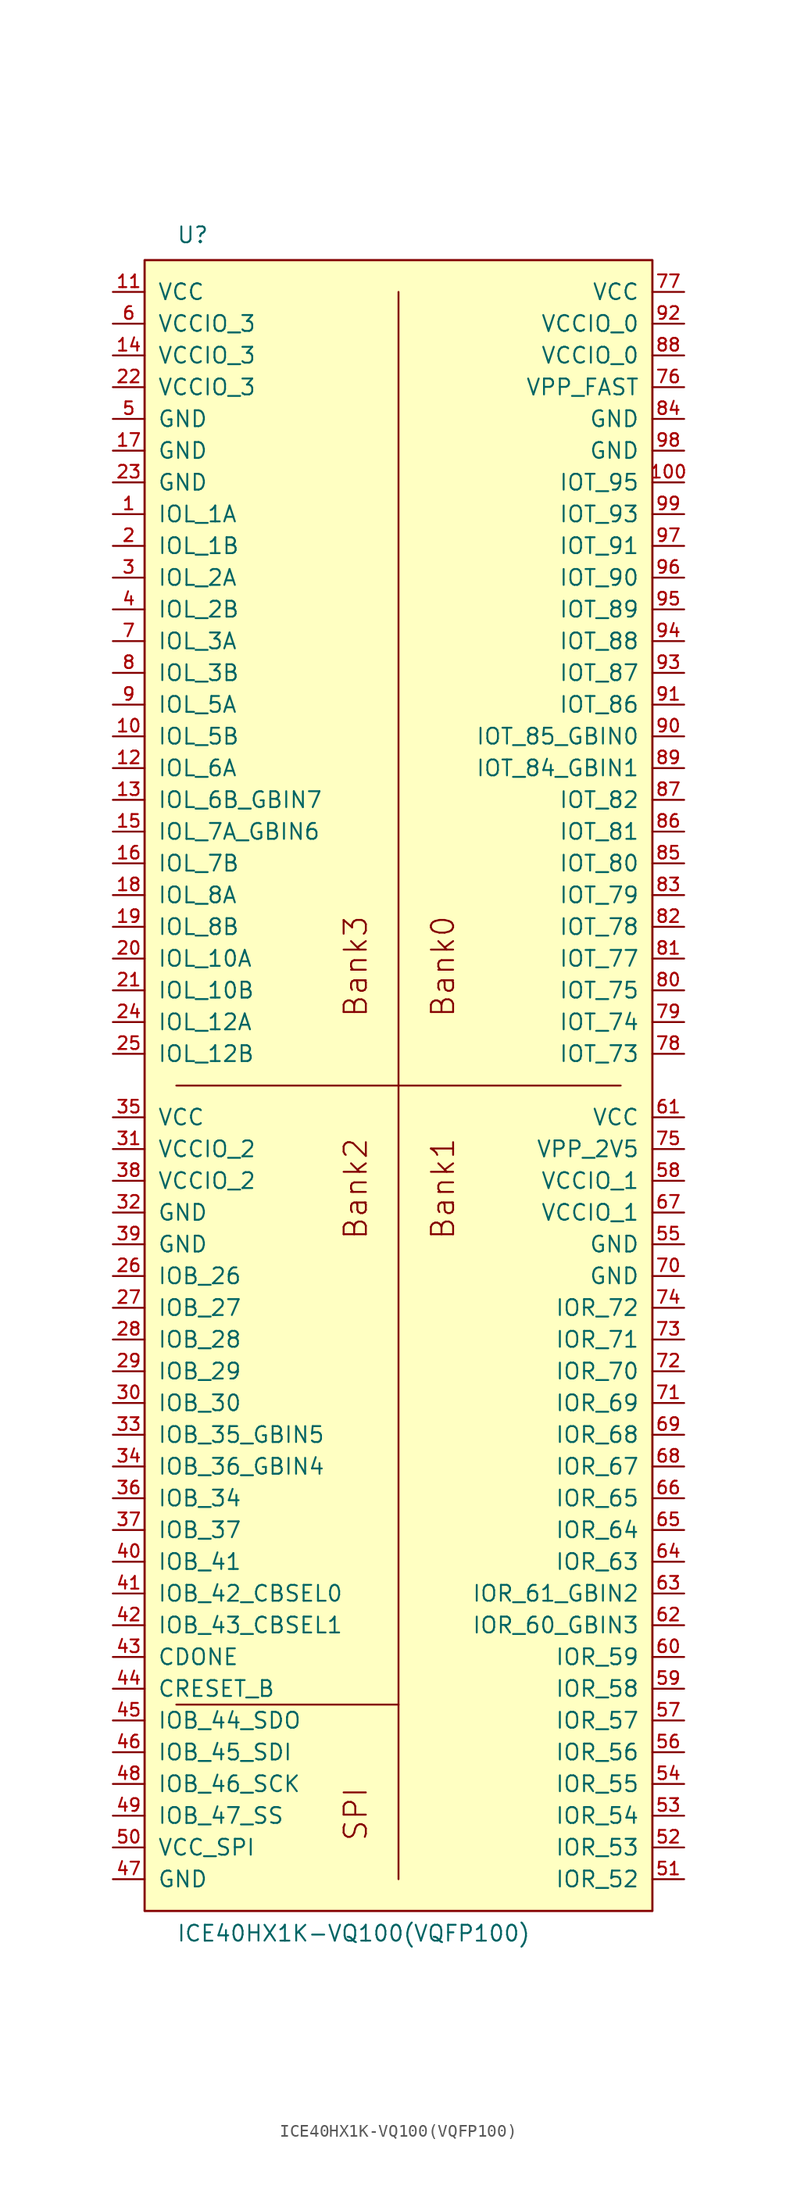
<source format=kicad_sym>
(kicad_symbol_lib
  (version 20211014)
  (generator kicad_symbol_editor)
  (symbol "ICE40HX1K-VQ100(VQFP100)"
    (pin_names
      (offset 1.016))
    (property "Reference" "U"
      (at -17.78 67.31 0)
      (effects (font (size 1.27 1.27)) (justify left bottom)))
    (property "Value" "ICE40HX1K-VQ100(VQFP100)"
      (at -17.78 -68.58 0)
      (effects (font (size 1.27 1.27)) (justify left bottom)))
    (property "Datasheet" ""
      (at 0 0 0)
      (effects (font (size 1.524 1.524))))
    (symbol "ICE40HX1K-VQ100(VQFP100)_1_0"
      (rectangle (start -20.32 66.04) (end 20.32 -66.04) (stroke (width 0) (type default) (color 0 0 0 0)) (fill (type background)))
      (polyline (pts (xy -20.32 -66.04) (xy 20.32 -66.04)) (stroke (width 0) (type default) (color 0 0 0 0)) (fill (type none)))
      (polyline (pts (xy -20.32 66.04) (xy -20.32 -66.04)) (stroke (width 0) (type default) (color 0 0 0 0)) (fill (type none)))
      (polyline (pts (xy -17.78 0) (xy 17.78 0)) (stroke (width 0) (type default) (color 0 0 0 0)) (fill (type none)))
      (polyline (pts (xy 0 -49.53) (xy -17.78 -49.53)) (stroke (width 0) (type default) (color 0 0 0 0)) (fill (type none)))
      (polyline (pts (xy 0 -49.53) (xy 0 -63.5)) (stroke (width 0) (type default) (color 0 0 0 0)) (fill (type none)))
      (polyline (pts (xy 0 63.5) (xy 0 -49.53)) (stroke (width 0) (type default) (color 0 0 0 0)) (fill (type none)))
      (polyline (pts (xy 20.32 -66.04) (xy 20.32 66.04)) (stroke (width 0) (type default) (color 0 0 0 0)) (fill (type none)))
      (polyline (pts (xy 20.32 66.04) (xy -20.32 66.04)) (stroke (width 0) (type default) (color 0 0 0 0)) (fill (type background)))
      (text "Bank0" (at 3.556 9.525 900) (effects (font (size 1.778 1.778))))
      (text "Bank1" (at 3.556 -8.255 900) (effects (font (size 1.778 1.778))))
      (text "Bank2" (at -3.429 -8.255 900) (effects (font (size 1.778 1.778))))
      (text "Bank3" (at -3.429 9.525 900) (effects (font (size 1.778 1.778))))
      (text "SPI" (at -3.429 -58.293 900) (effects (font (size 1.778 1.778)))))
    (symbol "ICE40HX1K-VQ100(VQFP100)_1_1"
      (pin bidirectional line (at -22.86 45.72 0) (length 2.54) (name "IOL_1A" (effects (font (size 1.27 1.27)))) (number "1" (effects (font (size 1.016 1.016)))))
      (pin bidirectional line (at -22.86 27.94 0) (length 2.54) (name "IOL_5B" (effects (font (size 1.27 1.27)))) (number "10" (effects (font (size 1.016 1.016)))))
      (pin bidirectional line (at 22.86 48.26 180) (length 2.54) (name "IOT_95" (effects (font (size 1.27 1.27)))) (number "100" (effects (font (size 1.016 1.016)))))
      (pin power_in line (at -22.86 63.5 0) (length 2.54) (name "VCC" (effects (font (size 1.27 1.27)))) (number "11" (effects (font (size 1.016 1.016)))))
      (pin bidirectional line (at -22.86 25.4 0) (length 2.54) (name "IOL_6A" (effects (font (size 1.27 1.27)))) (number "12" (effects (font (size 1.016 1.016)))))
      (pin bidirectional line (at -22.86 22.86 0) (length 2.54) (name "IOL_6B_GBIN7" (effects (font (size 1.27 1.27)))) (number "13" (effects (font (size 1.016 1.016)))))
      (pin power_in line (at -22.86 58.42 0) (length 2.54) (name "VCCIO_3" (effects (font (size 1.27 1.27)))) (number "14" (effects (font (size 1.016 1.016)))))
      (pin bidirectional line (at -22.86 20.32 0) (length 2.54) (name "IOL_7A_GBIN6" (effects (font (size 1.27 1.27)))) (number "15" (effects (font (size 1.016 1.016)))))
      (pin bidirectional line (at -22.86 17.78 0) (length 2.54) (name "IOL_7B" (effects (font (size 1.27 1.27)))) (number "16" (effects (font (size 1.016 1.016)))))
      (pin power_in line (at -22.86 50.8 0) (length 2.54) (name "GND" (effects (font (size 1.27 1.27)))) (number "17" (effects (font (size 1.016 1.016)))))
      (pin bidirectional line (at -22.86 15.24 0) (length 2.54) (name "IOL_8A" (effects (font (size 1.27 1.27)))) (number "18" (effects (font (size 1.016 1.016)))))
      (pin bidirectional line (at -22.86 12.7 0) (length 2.54) (name "IOL_8B" (effects (font (size 1.27 1.27)))) (number "19" (effects (font (size 1.016 1.016)))))
      (pin bidirectional line (at -22.86 43.18 0) (length 2.54) (name "IOL_1B" (effects (font (size 1.27 1.27)))) (number "2" (effects (font (size 1.016 1.016)))))
      (pin bidirectional line (at -22.86 10.16 0) (length 2.54) (name "IOL_10A" (effects (font (size 1.27 1.27)))) (number "20" (effects (font (size 1.016 1.016)))))
      (pin bidirectional line (at -22.86 7.62 0) (length 2.54) (name "IOL_10B" (effects (font (size 1.27 1.27)))) (number "21" (effects (font (size 1.016 1.016)))))
      (pin power_in line (at -22.86 55.88 0) (length 2.54) (name "VCCIO_3" (effects (font (size 1.27 1.27)))) (number "22" (effects (font (size 1.016 1.016)))))
      (pin power_in line (at -22.86 48.26 0) (length 2.54) (name "GND" (effects (font (size 1.27 1.27)))) (number "23" (effects (font (size 1.016 1.016)))))
      (pin bidirectional line (at -22.86 5.08 0) (length 2.54) (name "IOL_12A" (effects (font (size 1.27 1.27)))) (number "24" (effects (font (size 1.016 1.016)))))
      (pin bidirectional line (at -22.86 2.54 0) (length 2.54) (name "IOL_12B" (effects (font (size 1.27 1.27)))) (number "25" (effects (font (size 1.016 1.016)))))
      (pin bidirectional line (at -22.86 -15.24 0) (length 2.54) (name "IOB_26" (effects (font (size 1.27 1.27)))) (number "26" (effects (font (size 1.016 1.016)))))
      (pin bidirectional line (at -22.86 -17.78 0) (length 2.54) (name "IOB_27" (effects (font (size 1.27 1.27)))) (number "27" (effects (font (size 1.016 1.016)))))
      (pin bidirectional line (at -22.86 -20.32 0) (length 2.54) (name "IOB_28" (effects (font (size 1.27 1.27)))) (number "28" (effects (font (size 1.016 1.016)))))
      (pin bidirectional line (at -22.86 -22.86 0) (length 2.54) (name "IOB_29" (effects (font (size 1.27 1.27)))) (number "29" (effects (font (size 1.016 1.016)))))
      (pin bidirectional line (at -22.86 40.64 0) (length 2.54) (name "IOL_2A" (effects (font (size 1.27 1.27)))) (number "3" (effects (font (size 1.016 1.016)))))
      (pin bidirectional line (at -22.86 -25.4 0) (length 2.54) (name "IOB_30" (effects (font (size 1.27 1.27)))) (number "30" (effects (font (size 1.016 1.016)))))
      (pin power_in line (at -22.86 -5.08 0) (length 2.54) (name "VCCIO_2" (effects (font (size 1.27 1.27)))) (number "31" (effects (font (size 1.016 1.016)))))
      (pin power_in line (at -22.86 -10.16 0) (length 2.54) (name "GND" (effects (font (size 1.27 1.27)))) (number "32" (effects (font (size 1.016 1.016)))))
      (pin bidirectional line (at -22.86 -27.94 0) (length 2.54) (name "IOB_35_GBIN5" (effects (font (size 1.27 1.27)))) (number "33" (effects (font (size 1.016 1.016)))))
      (pin bidirectional line (at -22.86 -30.48 0) (length 2.54) (name "IOB_36_GBIN4" (effects (font (size 1.27 1.27)))) (number "34" (effects (font (size 1.016 1.016)))))
      (pin power_in line (at -22.86 -2.54 0) (length 2.54) (name "VCC" (effects (font (size 1.27 1.27)))) (number "35" (effects (font (size 1.016 1.016)))))
      (pin bidirectional line (at -22.86 -33.02 0) (length 2.54) (name "IOB_34" (effects (font (size 1.27 1.27)))) (number "36" (effects (font (size 1.016 1.016)))))
      (pin bidirectional line (at -22.86 -35.56 0) (length 2.54) (name "IOB_37" (effects (font (size 1.27 1.27)))) (number "37" (effects (font (size 1.016 1.016)))))
      (pin power_in line (at -22.86 -7.62 0) (length 2.54) (name "VCCIO_2" (effects (font (size 1.27 1.27)))) (number "38" (effects (font (size 1.016 1.016)))))
      (pin power_in line (at -22.86 -12.7 0) (length 2.54) (name "GND" (effects (font (size 1.27 1.27)))) (number "39" (effects (font (size 1.016 1.016)))))
      (pin bidirectional line (at -22.86 38.1 0) (length 2.54) (name "IOL_2B" (effects (font (size 1.27 1.27)))) (number "4" (effects (font (size 1.016 1.016)))))
      (pin bidirectional line (at -22.86 -38.1 0) (length 2.54) (name "IOB_41" (effects (font (size 1.27 1.27)))) (number "40" (effects (font (size 1.016 1.016)))))
      (pin bidirectional line (at -22.86 -40.64 0) (length 2.54) (name "IOB_42_CBSEL0" (effects (font (size 1.27 1.27)))) (number "41" (effects (font (size 1.016 1.016)))))
      (pin bidirectional line (at -22.86 -43.18 0) (length 2.54) (name "IOB_43_CBSEL1" (effects (font (size 1.27 1.27)))) (number "42" (effects (font (size 1.016 1.016)))))
      (pin bidirectional line (at -22.86 -45.72 0) (length 2.54) (name "CDONE" (effects (font (size 1.27 1.27)))) (number "43" (effects (font (size 1.016 1.016)))))
      (pin bidirectional line (at -22.86 -48.26 0) (length 2.54) (name "CRESET_B" (effects (font (size 1.27 1.27)))) (number "44" (effects (font (size 1.016 1.016)))))
      (pin bidirectional line (at -22.86 -50.8 0) (length 2.54) (name "IOB_44_SDO" (effects (font (size 1.27 1.27)))) (number "45" (effects (font (size 1.016 1.016)))))
      (pin bidirectional line (at -22.86 -53.34 0) (length 2.54) (name "IOB_45_SDI" (effects (font (size 1.27 1.27)))) (number "46" (effects (font (size 1.016 1.016)))))
      (pin power_in line (at -22.86 -63.5 0) (length 2.54) (name "GND" (effects (font (size 1.27 1.27)))) (number "47" (effects (font (size 1.016 1.016)))))
      (pin bidirectional line (at -22.86 -55.88 0) (length 2.54) (name "IOB_46_SCK" (effects (font (size 1.27 1.27)))) (number "48" (effects (font (size 1.016 1.016)))))
      (pin bidirectional line (at -22.86 -58.42 0) (length 2.54) (name "IOB_47_SS" (effects (font (size 1.27 1.27)))) (number "49" (effects (font (size 1.016 1.016)))))
      (pin power_in line (at -22.86 53.34 0) (length 2.54) (name "GND" (effects (font (size 1.27 1.27)))) (number "5" (effects (font (size 1.016 1.016)))))
      (pin power_in line (at -22.86 -60.96 0) (length 2.54) (name "VCC_SPI" (effects (font (size 1.27 1.27)))) (number "50" (effects (font (size 1.016 1.016)))))
      (pin bidirectional line (at 22.86 -63.5 180) (length 2.54) (name "IOR_52" (effects (font (size 1.27 1.27)))) (number "51" (effects (font (size 1.016 1.016)))))
      (pin bidirectional line (at 22.86 -60.96 180) (length 2.54) (name "IOR_53" (effects (font (size 1.27 1.27)))) (number "52" (effects (font (size 1.016 1.016)))))
      (pin bidirectional line (at 22.86 -58.42 180) (length 2.54) (name "IOR_54" (effects (font (size 1.27 1.27)))) (number "53" (effects (font (size 1.016 1.016)))))
      (pin bidirectional line (at 22.86 -55.88 180) (length 2.54) (name "IOR_55" (effects (font (size 1.27 1.27)))) (number "54" (effects (font (size 1.016 1.016)))))
      (pin power_in line (at 22.86 -12.7 180) (length 2.54) (name "GND" (effects (font (size 1.27 1.27)))) (number "55" (effects (font (size 1.016 1.016)))))
      (pin bidirectional line (at 22.86 -53.34 180) (length 2.54) (name "IOR_56" (effects (font (size 1.27 1.27)))) (number "56" (effects (font (size 1.016 1.016)))))
      (pin bidirectional line (at 22.86 -50.8 180) (length 2.54) (name "IOR_57" (effects (font (size 1.27 1.27)))) (number "57" (effects (font (size 1.016 1.016)))))
      (pin power_in line (at 22.86 -7.62 180) (length 2.54) (name "VCCIO_1" (effects (font (size 1.27 1.27)))) (number "58" (effects (font (size 1.016 1.016)))))
      (pin bidirectional line (at 22.86 -48.26 180) (length 2.54) (name "IOR_58" (effects (font (size 1.27 1.27)))) (number "59" (effects (font (size 1.016 1.016)))))
      (pin power_in line (at -22.86 60.96 0) (length 2.54) (name "VCCIO_3" (effects (font (size 1.27 1.27)))) (number "6" (effects (font (size 1.016 1.016)))))
      (pin bidirectional line (at 22.86 -45.72 180) (length 2.54) (name "IOR_59" (effects (font (size 1.27 1.27)))) (number "60" (effects (font (size 1.016 1.016)))))
      (pin power_in line (at 22.86 -2.54 180) (length 2.54) (name "VCC" (effects (font (size 1.27 1.27)))) (number "61" (effects (font (size 1.016 1.016)))))
      (pin bidirectional line (at 22.86 -43.18 180) (length 2.54) (name "IOR_60_GBIN3" (effects (font (size 1.27 1.27)))) (number "62" (effects (font (size 1.016 1.016)))))
      (pin bidirectional line (at 22.86 -40.64 180) (length 2.54) (name "IOR_61_GBIN2" (effects (font (size 1.27 1.27)))) (number "63" (effects (font (size 1.016 1.016)))))
      (pin bidirectional line (at 22.86 -38.1 180) (length 2.54) (name "IOR_63" (effects (font (size 1.27 1.27)))) (number "64" (effects (font (size 1.016 1.016)))))
      (pin bidirectional line (at 22.86 -35.56 180) (length 2.54) (name "IOR_64" (effects (font (size 1.27 1.27)))) (number "65" (effects (font (size 1.016 1.016)))))
      (pin bidirectional line (at 22.86 -33.02 180) (length 2.54) (name "IOR_65" (effects (font (size 1.27 1.27)))) (number "66" (effects (font (size 1.016 1.016)))))
      (pin power_in line (at 22.86 -10.16 180) (length 2.54) (name "VCCIO_1" (effects (font (size 1.27 1.27)))) (number "67" (effects (font (size 1.016 1.016)))))
      (pin bidirectional line (at 22.86 -30.48 180) (length 2.54) (name "IOR_67" (effects (font (size 1.27 1.27)))) (number "68" (effects (font (size 1.016 1.016)))))
      (pin bidirectional line (at 22.86 -27.94 180) (length 2.54) (name "IOR_68" (effects (font (size 1.27 1.27)))) (number "69" (effects (font (size 1.016 1.016)))))
      (pin bidirectional line (at -22.86 35.56 0) (length 2.54) (name "IOL_3A" (effects (font (size 1.27 1.27)))) (number "7" (effects (font (size 1.016 1.016)))))
      (pin power_in line (at 22.86 -15.24 180) (length 2.54) (name "GND" (effects (font (size 1.27 1.27)))) (number "70" (effects (font (size 1.016 1.016)))))
      (pin bidirectional line (at 22.86 -25.4 180) (length 2.54) (name "IOR_69" (effects (font (size 1.27 1.27)))) (number "71" (effects (font (size 1.016 1.016)))))
      (pin bidirectional line (at 22.86 -22.86 180) (length 2.54) (name "IOR_70" (effects (font (size 1.27 1.27)))) (number "72" (effects (font (size 1.016 1.016)))))
      (pin bidirectional line (at 22.86 -20.32 180) (length 2.54) (name "IOR_71" (effects (font (size 1.27 1.27)))) (number "73" (effects (font (size 1.016 1.016)))))
      (pin bidirectional line (at 22.86 -17.78 180) (length 2.54) (name "IOR_72" (effects (font (size 1.27 1.27)))) (number "74" (effects (font (size 1.016 1.016)))))
      (pin power_in line (at 22.86 -5.08 180) (length 2.54) (name "VPP_2V5" (effects (font (size 1.27 1.27)))) (number "75" (effects (font (size 1.016 1.016)))))
      (pin power_in line (at 22.86 55.88 180) (length 2.54) (name "VPP_FAST" (effects (font (size 1.27 1.27)))) (number "76" (effects (font (size 1.016 1.016)))))
      (pin power_in line (at 22.86 63.5 180) (length 2.54) (name "VCC" (effects (font (size 1.27 1.27)))) (number "77" (effects (font (size 1.016 1.016)))))
      (pin bidirectional line (at 22.86 2.54 180) (length 2.54) (name "IOT_73" (effects (font (size 1.27 1.27)))) (number "78" (effects (font (size 1.016 1.016)))))
      (pin bidirectional line (at 22.86 5.08 180) (length 2.54) (name "IOT_74" (effects (font (size 1.27 1.27)))) (number "79" (effects (font (size 1.016 1.016)))))
      (pin bidirectional line (at -22.86 33.02 0) (length 2.54) (name "IOL_3B" (effects (font (size 1.27 1.27)))) (number "8" (effects (font (size 1.016 1.016)))))
      (pin bidirectional line (at 22.86 7.62 180) (length 2.54) (name "IOT_75" (effects (font (size 1.27 1.27)))) (number "80" (effects (font (size 1.016 1.016)))))
      (pin bidirectional line (at 22.86 10.16 180) (length 2.54) (name "IOT_77" (effects (font (size 1.27 1.27)))) (number "81" (effects (font (size 1.016 1.016)))))
      (pin bidirectional line (at 22.86 12.7 180) (length 2.54) (name "IOT_78" (effects (font (size 1.27 1.27)))) (number "82" (effects (font (size 1.016 1.016)))))
      (pin bidirectional line (at 22.86 15.24 180) (length 2.54) (name "IOT_79" (effects (font (size 1.27 1.27)))) (number "83" (effects (font (size 1.016 1.016)))))
      (pin power_in line (at 22.86 53.34 180) (length 2.54) (name "GND" (effects (font (size 1.27 1.27)))) (number "84" (effects (font (size 1.016 1.016)))))
      (pin bidirectional line (at 22.86 17.78 180) (length 2.54) (name "IOT_80" (effects (font (size 1.27 1.27)))) (number "85" (effects (font (size 1.016 1.016)))))
      (pin bidirectional line (at 22.86 20.32 180) (length 2.54) (name "IOT_81" (effects (font (size 1.27 1.27)))) (number "86" (effects (font (size 1.016 1.016)))))
      (pin bidirectional line (at 22.86 22.86 180) (length 2.54) (name "IOT_82" (effects (font (size 1.27 1.27)))) (number "87" (effects (font (size 1.016 1.016)))))
      (pin power_in line (at 22.86 58.42 180) (length 2.54) (name "VCCIO_0" (effects (font (size 1.27 1.27)))) (number "88" (effects (font (size 1.016 1.016)))))
      (pin bidirectional line (at 22.86 25.4 180) (length 2.54) (name "IOT_84_GBIN1" (effects (font (size 1.27 1.27)))) (number "89" (effects (font (size 1.016 1.016)))))
      (pin bidirectional line (at -22.86 30.48 0) (length 2.54) (name "IOL_5A" (effects (font (size 1.27 1.27)))) (number "9" (effects (font (size 1.016 1.016)))))
      (pin bidirectional line (at 22.86 27.94 180) (length 2.54) (name "IOT_85_GBIN0" (effects (font (size 1.27 1.27)))) (number "90" (effects (font (size 1.016 1.016)))))
      (pin bidirectional line (at 22.86 30.48 180) (length 2.54) (name "IOT_86" (effects (font (size 1.27 1.27)))) (number "91" (effects (font (size 1.016 1.016)))))
      (pin power_in line (at 22.86 60.96 180) (length 2.54) (name "VCCIO_0" (effects (font (size 1.27 1.27)))) (number "92" (effects (font (size 1.016 1.016)))))
      (pin bidirectional line (at 22.86 33.02 180) (length 2.54) (name "IOT_87" (effects (font (size 1.27 1.27)))) (number "93" (effects (font (size 1.016 1.016)))))
      (pin bidirectional line (at 22.86 35.56 180) (length 2.54) (name "IOT_88" (effects (font (size 1.27 1.27)))) (number "94" (effects (font (size 1.016 1.016)))))
      (pin bidirectional line (at 22.86 38.1 180) (length 2.54) (name "IOT_89" (effects (font (size 1.27 1.27)))) (number "95" (effects (font (size 1.016 1.016)))))
      (pin bidirectional line (at 22.86 40.64 180) (length 2.54) (name "IOT_90" (effects (font (size 1.27 1.27)))) (number "96" (effects (font (size 1.016 1.016)))))
      (pin bidirectional line (at 22.86 43.18 180) (length 2.54) (name "IOT_91" (effects (font (size 1.27 1.27)))) (number "97" (effects (font (size 1.016 1.016)))))
      (pin power_in line (at 22.86 50.8 180) (length 2.54) (name "GND" (effects (font (size 1.27 1.27)))) (number "98" (effects (font (size 1.016 1.016)))))
      (pin bidirectional line (at 22.86 45.72 180) (length 2.54) (name "IOT_93" (effects (font (size 1.27 1.27)))) (number "99" (effects (font (size 1.016 1.016))))))))
</source>
